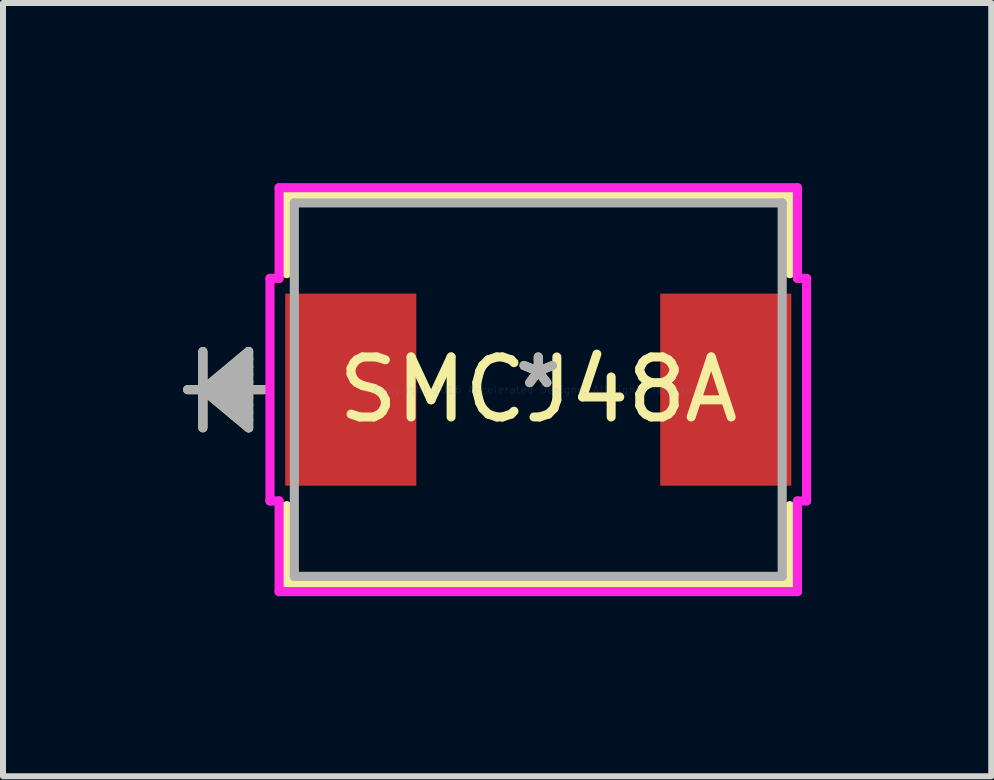
<source format=kicad_pcb>
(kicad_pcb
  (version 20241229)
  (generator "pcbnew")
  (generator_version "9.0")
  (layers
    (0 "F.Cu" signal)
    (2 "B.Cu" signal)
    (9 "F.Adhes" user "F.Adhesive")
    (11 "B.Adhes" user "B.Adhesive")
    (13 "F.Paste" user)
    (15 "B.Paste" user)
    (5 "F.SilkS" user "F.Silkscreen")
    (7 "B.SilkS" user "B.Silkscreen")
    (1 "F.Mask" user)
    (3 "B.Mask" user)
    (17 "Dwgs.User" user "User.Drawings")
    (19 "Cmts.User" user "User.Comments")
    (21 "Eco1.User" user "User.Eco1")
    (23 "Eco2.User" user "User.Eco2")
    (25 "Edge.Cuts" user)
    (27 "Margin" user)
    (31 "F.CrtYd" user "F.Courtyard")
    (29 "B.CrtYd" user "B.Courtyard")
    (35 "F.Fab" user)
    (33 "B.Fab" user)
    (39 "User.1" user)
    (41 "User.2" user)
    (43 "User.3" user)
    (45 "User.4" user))
  (footprint "SMCJ48A"
    (layer "F.Cu")
    (at 5.918 3.442)
    (property "Reference" "SMCJ48A" (at 0 0 0) (layer "F.SilkS") (effects (font (size 1 1) (thickness 0.15))))
    (attr through_hole)
    (fp_line (start -5.588 -0.635) (end -5.588 0.635) (stroke (width 0.152) (type solid)) (layer "F.SilkS"))
    (fp_line (start -5.588 0) (end -4.826 -0.635) (stroke (width 0.152) (type solid)) (layer "F.SilkS"))
    (fp_line (start -5.588 0) (end -4.826 -0.508) (stroke (width 0.152) (type solid)) (layer "F.SilkS"))
    (fp_line (start -5.588 0) (end -4.826 -0.381) (stroke (width 0.152) (type solid)) (layer "F.SilkS"))
    (fp_line (start -5.588 0) (end -4.826 -0.254) (stroke (width 0.152) (type solid)) (layer "F.SilkS"))
    (fp_line (start -5.588 0) (end -4.826 -0.127) (stroke (width 0.152) (type solid)) (layer "F.SilkS"))
    (fp_line (start -5.588 0) (end -4.826 0.127) (stroke (width 0.152) (type solid)) (layer "F.SilkS"))
    (fp_line (start -5.588 0) (end -4.826 0.254) (stroke (width 0.152) (type solid)) (layer "F.SilkS"))
    (fp_line (start -5.588 0) (end -4.826 0.381) (stroke (width 0.152) (type solid)) (layer "F.SilkS"))
    (fp_line (start -5.588 0) (end -4.826 0.508) (stroke (width 0.152) (type solid)) (layer "F.SilkS"))
    (fp_line (start -5.588 0) (end -4.826 0.635) (stroke (width 0.152) (type solid)) (layer "F.SilkS"))
    (fp_line (start -4.826 -0.635) (end -4.826 0.635) (stroke (width 0.152) (type solid)) (layer "F.SilkS"))
    (fp_line (start -4.572 0) (end -5.842 0) (stroke (width 0.152) (type solid)) (layer "F.SilkS"))
    (fp_line (start -4.191 -3.239) (end -4.191 -1.933) (stroke (width 0.152) (type solid)) (layer "F.SilkS"))
    (fp_line (start -4.191 1.933) (end -4.191 3.239) (stroke (width 0.152) (type solid)) (layer "F.SilkS"))
    (fp_line (start -4.191 3.239) (end 4.191 3.239) (stroke (width 0.152) (type solid)) (layer "F.SilkS"))
    (fp_line (start 4.191 -3.239) (end -4.191 -3.239) (stroke (width 0.152) (type solid)) (layer "F.SilkS"))
    (fp_line (start 4.191 -1.933) (end 4.191 -3.239) (stroke (width 0.152) (type solid)) (layer "F.SilkS"))
    (fp_line (start 4.191 3.239) (end 4.191 1.933) (stroke (width 0.152) (type solid)) (layer "F.SilkS"))
    (fp_line (start -4.47 -1.854) (end -4.318 -1.854) (stroke (width 0.152) (type solid)) (layer "F.CrtYd"))
    (fp_line (start -4.47 1.854) (end -4.47 -1.854) (stroke (width 0.152) (type solid)) (layer "F.CrtYd"))
    (fp_line (start -4.318 -3.365) (end 4.318 -3.365) (stroke (width 0.152) (type solid)) (layer "F.CrtYd"))
    (fp_line (start -4.318 -1.854) (end -4.318 -3.365) (stroke (width 0.152) (type solid)) (layer "F.CrtYd"))
    (fp_line (start -4.318 1.854) (end -4.47 1.854) (stroke (width 0.152) (type solid)) (layer "F.CrtYd"))
    (fp_line (start -4.318 3.365) (end -4.318 1.854) (stroke (width 0.152) (type solid)) (layer "F.CrtYd"))
    (fp_line (start 4.318 -3.365) (end 4.318 -1.854) (stroke (width 0.152) (type solid)) (layer "F.CrtYd"))
    (fp_line (start 4.318 -1.854) (end 4.47 -1.854) (stroke (width 0.152) (type solid)) (layer "F.CrtYd"))
    (fp_line (start 4.318 1.854) (end 4.318 3.365) (stroke (width 0.152) (type solid)) (layer "F.CrtYd"))
    (fp_line (start 4.318 3.365) (end -4.318 3.365) (stroke (width 0.152) (type solid)) (layer "F.CrtYd"))
    (fp_line (start 4.47 -1.854) (end 4.47 1.854) (stroke (width 0.152) (type solid)) (layer "F.CrtYd"))
    (fp_line (start 4.47 1.854) (end 4.318 1.854) (stroke (width 0.152) (type solid)) (layer "F.CrtYd"))
    (fp_line (start -5.588 -0.635) (end -5.588 0.635) (stroke (width 0.152) (type solid)) (layer "F.Fab"))
    (fp_line (start -5.588 0) (end -4.826 -0.635) (stroke (width 0.152) (type solid)) (layer "F.Fab"))
    (fp_line (start -5.588 0) (end -4.826 -0.508) (stroke (width 0.152) (type solid)) (layer "F.Fab"))
    (fp_line (start -5.588 0) (end -4.826 -0.381) (stroke (width 0.152) (type solid)) (layer "F.Fab"))
    (fp_line (start -5.588 0) (end -4.826 -0.254) (stroke (width 0.152) (type solid)) (layer "F.Fab"))
    (fp_line (start -5.588 0) (end -4.826 -0.127) (stroke (width 0.152) (type solid)) (layer "F.Fab"))
    (fp_line (start -5.588 0) (end -4.826 0.127) (stroke (width 0.152) (type solid)) (layer "F.Fab"))
    (fp_line (start -5.588 0) (end -4.826 0.254) (stroke (width 0.152) (type solid)) (layer "F.Fab"))
    (fp_line (start -5.588 0) (end -4.826 0.381) (stroke (width 0.152) (type solid)) (layer "F.Fab"))
    (fp_line (start -5.588 0) (end -4.826 0.508) (stroke (width 0.152) (type solid)) (layer "F.Fab"))
    (fp_line (start -5.588 0) (end -4.826 0.635) (stroke (width 0.152) (type solid)) (layer "F.Fab"))
    (fp_line (start -4.826 -0.635) (end -4.826 0.635) (stroke (width 0.152) (type solid)) (layer "F.Fab"))
    (fp_line (start -4.572 0) (end -5.842 0) (stroke (width 0.152) (type solid)) (layer "F.Fab"))
    (fp_line (start -4.064 -3.111) (end -4.064 3.111) (stroke (width 0.152) (type solid)) (layer "F.Fab"))
    (fp_line (start -4.064 3.111) (end 4.064 3.111) (stroke (width 0.152) (type solid)) (layer "F.Fab"))
    (fp_line (start 4.064 -3.111) (end -4.064 -3.111) (stroke (width 0.152) (type solid)) (layer "F.Fab"))
    (fp_line (start 4.064 3.111) (end 4.064 -3.111) (stroke (width 0.152) (type solid)) (layer "F.Fab"))
    (fp_text user "*" (at 0 0 0) (layer "F.SilkS") (effects (font (size 1 1) (thickness 0.15))))
    (fp_text user "Copyright 2016 Accelerated Designs. All rights reserved." (at 0 0 0) (layer "Cmts.User") (effects (font (size 0.127 0.127) (thickness 0.002))))
    (fp_text user "*" (at 0 0 0) (layer "F.Fab") (effects (font (size 1 1) (thickness 0.15))))
    (pad "1" smd rect (at -3.124 0 90) (size 3.2 2.184) (layers "F.Cu" "F.Mask" "F.Paste"))
    (pad "2" smd rect (at 3.124 0 90) (size 3.2 2.184) (layers "F.Cu" "F.Mask" "F.Paste")))
  (gr_rect
    (start -3 -3)
    (end 13.465 9.883)
    (stroke (width 0.1) (type default))
    (fill no)
    (layer "Edge.Cuts")))
</source>
